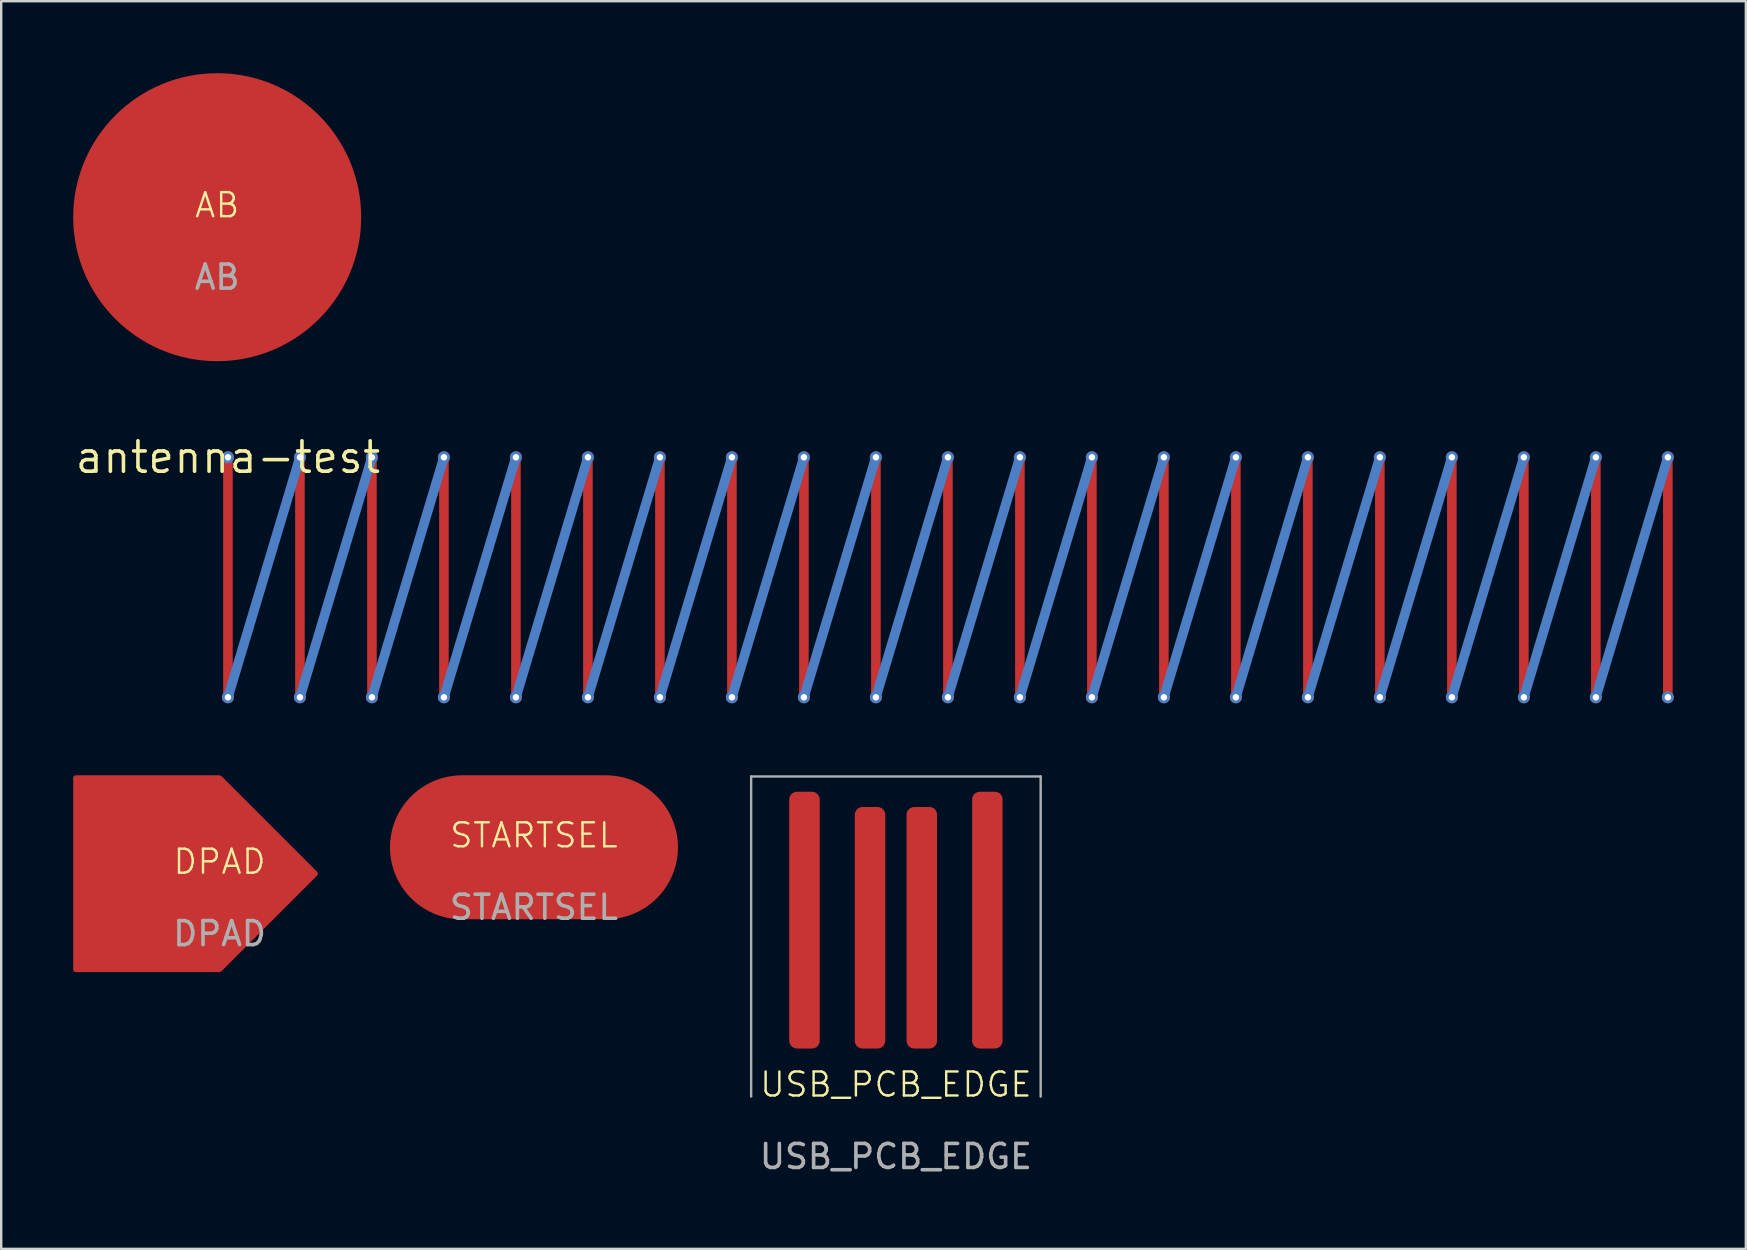
<source format=kicad_pcb>
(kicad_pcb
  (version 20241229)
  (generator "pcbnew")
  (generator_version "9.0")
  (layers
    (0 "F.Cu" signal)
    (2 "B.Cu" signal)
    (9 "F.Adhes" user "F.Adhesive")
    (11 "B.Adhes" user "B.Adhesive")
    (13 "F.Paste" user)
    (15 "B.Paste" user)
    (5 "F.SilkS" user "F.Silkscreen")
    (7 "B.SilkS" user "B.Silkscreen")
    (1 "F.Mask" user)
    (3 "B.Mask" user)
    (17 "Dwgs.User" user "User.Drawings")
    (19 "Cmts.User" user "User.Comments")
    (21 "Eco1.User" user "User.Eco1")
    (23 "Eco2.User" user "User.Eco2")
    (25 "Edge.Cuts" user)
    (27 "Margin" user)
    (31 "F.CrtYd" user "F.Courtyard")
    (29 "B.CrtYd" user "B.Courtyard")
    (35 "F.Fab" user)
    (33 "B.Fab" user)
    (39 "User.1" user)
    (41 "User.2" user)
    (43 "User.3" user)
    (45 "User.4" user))
  (footprint "AB"
    (layer "F.Cu")
    (at 6 6)
    (property "Reference" "AB" (at 0 -0.5 0) (unlocked yes) (layer "F.SilkS") (effects (font (size 1 1) (thickness 0.1))))
    (attr smd)
    (fp_text user "${REFERENCE}" (at 0 2.5 0) (unlocked yes) (layer "F.Fab") (effects (font (size 1 1) (thickness 0.15))))
    (pad "1" smd circle (at 0 0) (size 12 12) (layers "F.Cu")))
  (footprint "STARTSEL"
    (layer "F.Cu")
    (at 19.2 32.256)
    (property "Reference" "STARTSEL" (at 0 -0.5 0) (unlocked yes) (layer "F.SilkS") (effects (font (size 1 1) (thickness 0.1))))
    (attr smd)
    (fp_text user "${REFERENCE}" (at 0 2.5 0) (unlocked yes) (layer "F.Fab") (effects (font (size 1 1) (thickness 0.15))))
    (pad "1" smd oval (at 0 0) (size 12 6) (layers "F.Cu")))
  (footprint "USB_PCB_EDGE"
    (layer "F.Cu")
    (at 34.282 42.641)
    (property "Reference" "USB_PCB_EDGE" (at 0 -0.5 0) (unlocked yes) (layer "F.SilkS") (effects (font (size 1 1) (thickness 0.1))))
    (attr smd)
    (fp_line (start -6.032 -13.335) (end -6.032 0) (stroke (width 0.1) (type default)) (layer "F.Fab"))
    (fp_line (start -6.032 -13.335) (end 6.032 -13.335) (stroke (width 0.1) (type default)) (layer "F.Fab"))
    (fp_line (start 6.032 -13.335) (end 6.032 0) (stroke (width 0.1) (type default)) (layer "F.Fab"))
    (fp_text user "${REFERENCE}" (at 0 2.5 0) (unlocked yes) (layer "F.Fab") (effects (font (size 1 1) (thickness 0.15))))
    (pad "1" smd roundrect (at -3.81 -7.35 180) (size 1.27 10.7) (layers "F.Cu" "F.Mask" "F.Paste") (roundrect_rratio 0.25))
    (pad "2" smd roundrect (at -1.079 -7.032 180) (size 1.27 10.065) (layers "F.Cu" "F.Mask" "F.Paste") (roundrect_rratio 0.25))
    (pad "3" smd roundrect (at 1.079 -7.032 180) (size 1.27 10.065) (layers "F.Cu" "F.Mask" "F.Paste") (roundrect_rratio 0.25))
    (pad "4" smd roundrect (at 3.81 -7.35 180) (size 1.27 10.7) (layers "F.Cu" "F.Mask" "F.Paste") (roundrect_rratio 0.25)))
  (footprint "DPAD"
    (layer "F.Cu")
    (at 6.1 33.356)
    (property "Reference" "DPAD" (at 0 -0.5 0) (unlocked yes) (layer "F.SilkS") (effects (font (size 1 1) (thickness 0.1))))
    (attr smd)
    (fp_text user "${REFERENCE}" (at 0 2.5 0) (unlocked yes) (layer "F.Fab") (effects (font (size 1 1) (thickness 0.15))))
    (pad "1" smd custom (at 0 0) (size 2.286 1.524) (layers "F.Cu") (options (anchor rect)) (primitives (gr_poly (pts (xy -6 -4) (xy 0 -4) (xy 4 0) (xy 0 4) (xy -6 4)) (width 0.2) (fill yes)))))
  (footprint "antenna-test"
    (layer "F.Cu")
    (at 6.448 16.006)
    (property "Reference" "antenna-test" (at 0 0 0) (layer "F.SilkS") (effects (font (size 1.27 1.27) (thickness 0.15))))
    (attr smd)
    (fp_line (start 0 0) (end 0 10) (stroke (width 0.4) (type default)) (layer "F.Cu"))
    (fp_line (start 3 0) (end 3 10) (stroke (width 0.4) (type default)) (layer "F.Cu"))
    (fp_line (start 6 0) (end 6 10) (stroke (width 0.4) (type default)) (layer "F.Cu"))
    (fp_line (start 9 0) (end 9 10) (stroke (width 0.4) (type default)) (layer "F.Cu"))
    (fp_line (start 12 0) (end 12 10) (stroke (width 0.4) (type default)) (layer "F.Cu"))
    (fp_line (start 15 0) (end 15 10) (stroke (width 0.4) (type default)) (layer "F.Cu"))
    (fp_line (start 18 0) (end 18 10) (stroke (width 0.4) (type default)) (layer "F.Cu"))
    (fp_line (start 21 0) (end 21 10) (stroke (width 0.4) (type default)) (layer "F.Cu"))
    (fp_line (start 24 0) (end 24 10) (stroke (width 0.4) (type default)) (layer "F.Cu"))
    (fp_line (start 27 0) (end 27 10) (stroke (width 0.4) (type default)) (layer "F.Cu"))
    (fp_line (start 30 0) (end 30 10) (stroke (width 0.4) (type default)) (layer "F.Cu"))
    (fp_line (start 33 0) (end 33 10) (stroke (width 0.4) (type default)) (layer "F.Cu"))
    (fp_line (start 36 0) (end 36 10) (stroke (width 0.4) (type default)) (layer "F.Cu"))
    (fp_line (start 39 0) (end 39 10) (stroke (width 0.4) (type default)) (layer "F.Cu"))
    (fp_line (start 42 0) (end 42 10) (stroke (width 0.4) (type default)) (layer "F.Cu"))
    (fp_line (start 45 0) (end 45 10) (stroke (width 0.4) (type default)) (layer "F.Cu"))
    (fp_line (start 48 0) (end 48 10) (stroke (width 0.4) (type default)) (layer "F.Cu"))
    (fp_line (start 51 0) (end 51 10) (stroke (width 0.4) (type default)) (layer "F.Cu"))
    (fp_line (start 54 0) (end 54 10) (stroke (width 0.4) (type default)) (layer "F.Cu"))
    (fp_line (start 57 0) (end 57 10) (stroke (width 0.4) (type default)) (layer "F.Cu"))
    (fp_line (start 60 0) (end 60 10) (stroke (width 0.4) (type default)) (layer "F.Cu"))
    (fp_line (start 0 10) (end 3 0) (stroke (width 0.4) (type default)) (layer "B.Cu"))
    (fp_line (start 3 10) (end 6 0) (stroke (width 0.4) (type default)) (layer "B.Cu"))
    (fp_line (start 6 10) (end 9 0) (stroke (width 0.4) (type default)) (layer "B.Cu"))
    (fp_line (start 9 10) (end 12 0) (stroke (width 0.4) (type default)) (layer "B.Cu"))
    (fp_line (start 12 10) (end 15 0) (stroke (width 0.4) (type default)) (layer "B.Cu"))
    (fp_line (start 15 10) (end 18 0) (stroke (width 0.4) (type default)) (layer "B.Cu"))
    (fp_line (start 18 10) (end 21 0) (stroke (width 0.4) (type default)) (layer "B.Cu"))
    (fp_line (start 21 10) (end 24 0) (stroke (width 0.4) (type default)) (layer "B.Cu"))
    (fp_line (start 24 10) (end 27 0) (stroke (width 0.4) (type default)) (layer "B.Cu"))
    (fp_line (start 27 10) (end 30 0) (stroke (width 0.4) (type default)) (layer "B.Cu"))
    (fp_line (start 30 10) (end 33 0) (stroke (width 0.4) (type default)) (layer "B.Cu"))
    (fp_line (start 33 10) (end 36 0) (stroke (width 0.4) (type default)) (layer "B.Cu"))
    (fp_line (start 36 10) (end 39 0) (stroke (width 0.4) (type default)) (layer "B.Cu"))
    (fp_line (start 39 10) (end 42 0) (stroke (width 0.4) (type default)) (layer "B.Cu"))
    (fp_line (start 42 10) (end 45 0) (stroke (width 0.4) (type default)) (layer "B.Cu"))
    (fp_line (start 45 10) (end 48 0) (stroke (width 0.4) (type default)) (layer "B.Cu"))
    (fp_line (start 48 10) (end 51 0) (stroke (width 0.4) (type default)) (layer "B.Cu"))
    (fp_line (start 51 10) (end 54 0) (stroke (width 0.4) (type default)) (layer "B.Cu"))
    (fp_line (start 54 10) (end 57 0) (stroke (width 0.4) (type default)) (layer "B.Cu"))
    (fp_line (start 57 10) (end 60 0) (stroke (width 0.4) (type default)) (layer "B.Cu"))
    (pad "1" thru_hole circle (at 0 0) (size 0.5 0.5) (drill 0.27) (layers "*.Cu"))
    (pad "2" thru_hole circle (at 60 10) (size 0.5 0.5) (drill 0.27) (layers "*.Cu"))
    (pad "~" thru_hole circle (at 0 10) (size 0.5 0.5) (drill 0.27) (layers "*.Cu"))
    (pad "~" thru_hole circle (at 3 0) (size 0.5 0.5) (drill 0.27) (layers "*.Cu"))
    (pad "~" thru_hole circle (at 3 10) (size 0.5 0.5) (drill 0.27) (layers "*.Cu"))
    (pad "~" thru_hole circle (at 6 0) (size 0.5 0.5) (drill 0.27) (layers "*.Cu"))
    (pad "~" thru_hole circle (at 6 10) (size 0.5 0.5) (drill 0.27) (layers "*.Cu"))
    (pad "~" thru_hole circle (at 9 0) (size 0.5 0.5) (drill 0.27) (layers "*.Cu"))
    (pad "~" thru_hole circle (at 9 10) (size 0.5 0.5) (drill 0.27) (layers "*.Cu"))
    (pad "~" thru_hole circle (at 12 0) (size 0.5 0.5) (drill 0.27) (layers "*.Cu"))
    (pad "~" thru_hole circle (at 12 10) (size 0.5 0.5) (drill 0.27) (layers "*.Cu"))
    (pad "~" thru_hole circle (at 15 0) (size 0.5 0.5) (drill 0.27) (layers "*.Cu"))
    (pad "~" thru_hole circle (at 15 10) (size 0.5 0.5) (drill 0.27) (layers "*.Cu"))
    (pad "~" thru_hole circle (at 18 0) (size 0.5 0.5) (drill 0.27) (layers "*.Cu"))
    (pad "~" thru_hole circle (at 18 10) (size 0.5 0.5) (drill 0.27) (layers "*.Cu"))
    (pad "~" thru_hole circle (at 21 0) (size 0.5 0.5) (drill 0.27) (layers "*.Cu"))
    (pad "~" thru_hole circle (at 21 10) (size 0.5 0.5) (drill 0.27) (layers "*.Cu"))
    (pad "~" thru_hole circle (at 24 0) (size 0.5 0.5) (drill 0.27) (layers "*.Cu"))
    (pad "~" thru_hole circle (at 24 10) (size 0.5 0.5) (drill 0.27) (layers "*.Cu"))
    (pad "~" thru_hole circle (at 27 0) (size 0.5 0.5) (drill 0.27) (layers "*.Cu"))
    (pad "~" thru_hole circle (at 27 10) (size 0.5 0.5) (drill 0.27) (layers "*.Cu"))
    (pad "~" thru_hole circle (at 30 0) (size 0.5 0.5) (drill 0.27) (layers "*.Cu"))
    (pad "~" thru_hole circle (at 30 10) (size 0.5 0.5) (drill 0.27) (layers "*.Cu"))
    (pad "~" thru_hole circle (at 33 0) (size 0.5 0.5) (drill 0.27) (layers "*.Cu"))
    (pad "~" thru_hole circle (at 33 10) (size 0.5 0.5) (drill 0.27) (layers "*.Cu"))
    (pad "~" thru_hole circle (at 36 0) (size 0.5 0.5) (drill 0.27) (layers "*.Cu"))
    (pad "~" thru_hole circle (at 36 10) (size 0.5 0.5) (drill 0.27) (layers "*.Cu"))
    (pad "~" thru_hole circle (at 39 0) (size 0.5 0.5) (drill 0.27) (layers "*.Cu"))
    (pad "~" thru_hole circle (at 39 10) (size 0.5 0.5) (drill 0.27) (layers "*.Cu"))
    (pad "~" thru_hole circle (at 42 0) (size 0.5 0.5) (drill 0.27) (layers "*.Cu"))
    (pad "~" thru_hole circle (at 42 10) (size 0.5 0.5) (drill 0.27) (layers "*.Cu"))
    (pad "~" thru_hole circle (at 45 0) (size 0.5 0.5) (drill 0.27) (layers "*.Cu"))
    (pad "~" thru_hole circle (at 45 10) (size 0.5 0.5) (drill 0.27) (layers "*.Cu"))
    (pad "~" thru_hole circle (at 48 0) (size 0.5 0.5) (drill 0.27) (layers "*.Cu"))
    (pad "~" thru_hole circle (at 48 10) (size 0.5 0.5) (drill 0.27) (layers "*.Cu"))
    (pad "~" thru_hole circle (at 51 0) (size 0.5 0.5) (drill 0.27) (layers "*.Cu"))
    (pad "~" thru_hole circle (at 51 10) (size 0.5 0.5) (drill 0.27) (layers "*.Cu"))
    (pad "~" thru_hole circle (at 54 0) (size 0.5 0.5) (drill 0.27) (layers "*.Cu"))
    (pad "~" thru_hole circle (at 54 10) (size 0.5 0.5) (drill 0.27) (layers "*.Cu"))
    (pad "~" thru_hole circle (at 57 0) (size 0.5 0.5) (drill 0.27) (layers "*.Cu"))
    (pad "~" thru_hole circle (at 57 10) (size 0.5 0.5) (drill 0.27) (layers "*.Cu"))
    (pad "~" thru_hole circle (at 60 0) (size 0.5 0.5) (drill 0.27) (layers "*.Cu")))
  (gr_rect
    (start -3 -3)
    (end 69.698 48.989)
    (stroke (width 0.1) (type default))
    (fill no)
    (layer "Edge.Cuts")))
</source>
